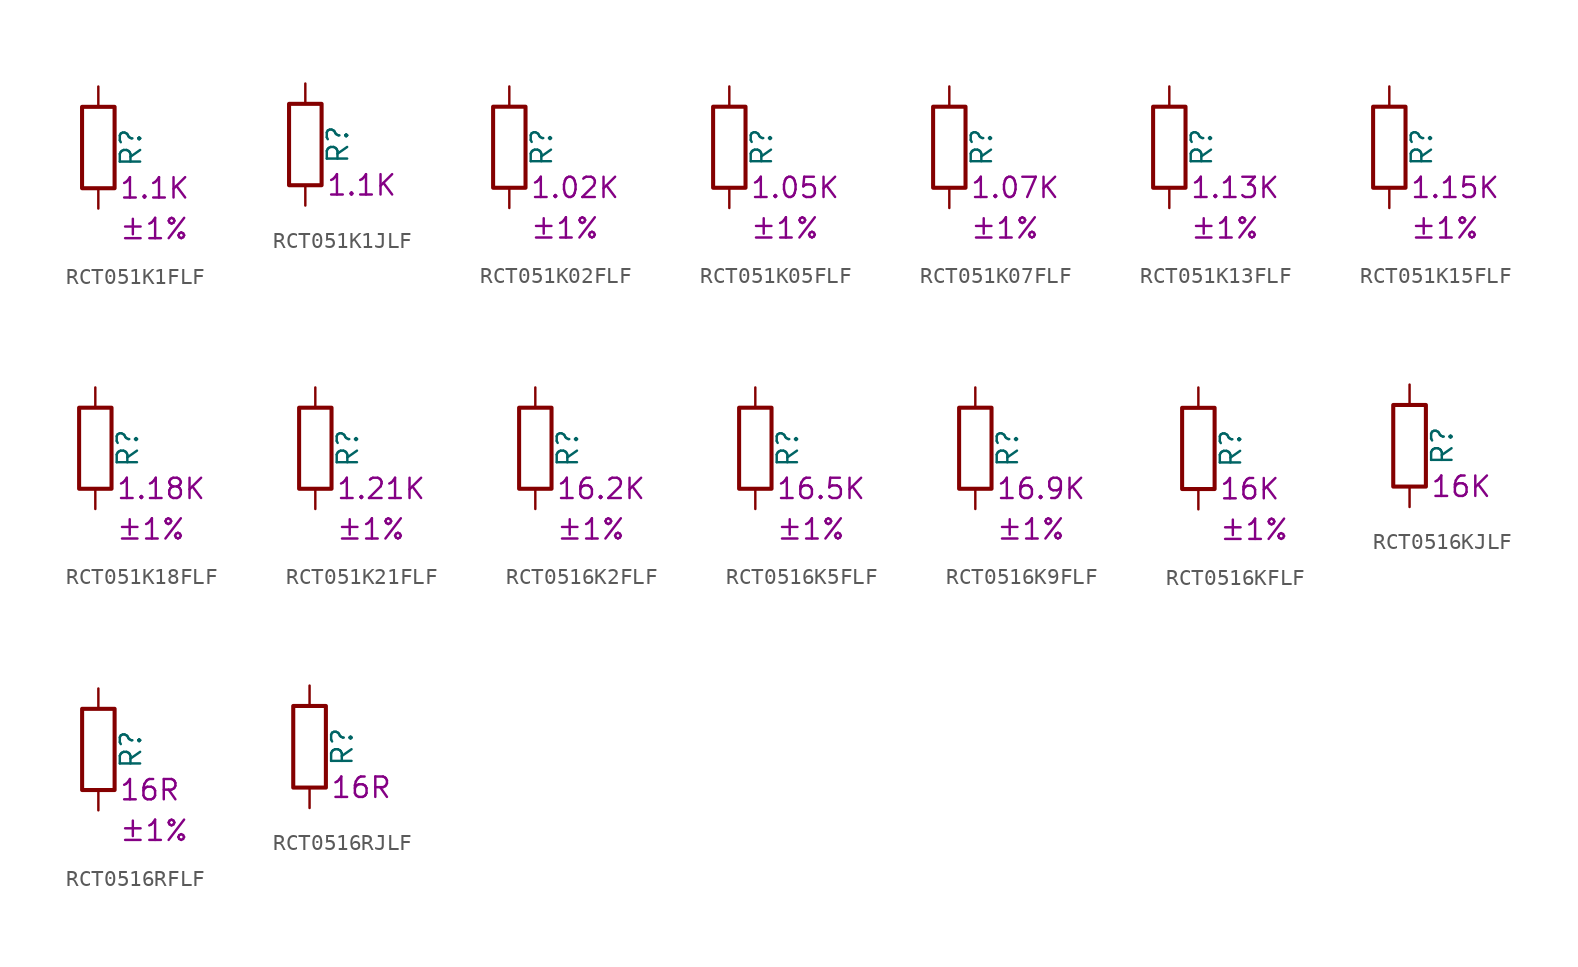
<source format=kicad_sym>
(kicad_symbol_lib
  (version 20220914)
  (generator kicad_symbol_editor)
  (symbol "RCT051K1FLF"
    (pin_numbers hide)
    (pin_names
      (offset 0))
    (property "Reference" "R"
      (at 2.032 0 90)
      (effects (font (size 1.27 1.27))))
    (property "Resistance" "1.1K"
      (at 1.27 -2.54 0)
      (effects (font (size 1.27 1.27)) (justify left)))
    (property "Tolerance" "±1%"
      (at 1.27 -5.08 0)
      (effects (font (size 1.27 1.27)) (justify left)))
    (symbol "RCT051K1FLF_0_1"
      (rectangle (start -1.016 -2.54) (end 1.016 2.54) (stroke (width 0.254) (type default)) (fill (type none))))
    (symbol "RCT051K1FLF_1_1"
      (pin passive line (at 0 3.81 270) (length 1.27) (name "~" (effects (font (size 1.27 1.27)))) (number "1" (effects (font (size 1.27 1.27)))))
      (pin passive line (at 0 -3.81 90) (length 1.27) (name "~" (effects (font (size 1.27 1.27)))) (number "2" (effects (font (size 1.27 1.27)))))))
  (symbol "RCT051K1JLF"
    (pin_numbers hide)
    (pin_names
      (offset 0))
    (property "Reference" "R"
      (at 2.032 0 90)
      (effects (font (size 1.27 1.27))))
    (property "Resistance" "1.1K"
      (at 1.27 -2.54 0)
      (effects (font (size 1.27 1.27)) (justify left)))
    (symbol "RCT051K1JLF_0_1"
      (rectangle (start -1.016 -2.54) (end 1.016 2.54) (stroke (width 0.254) (type default)) (fill (type none))))
    (symbol "RCT051K1JLF_1_1"
      (pin passive line (at 0 3.81 270) (length 1.27) (name "~" (effects (font (size 1.27 1.27)))) (number "1" (effects (font (size 1.27 1.27)))))
      (pin passive line (at 0 -3.81 90) (length 1.27) (name "~" (effects (font (size 1.27 1.27)))) (number "2" (effects (font (size 1.27 1.27)))))))
  (symbol "RCT051K02FLF"
    (pin_numbers hide)
    (pin_names
      (offset 0))
    (property "Reference" "R"
      (at 2.032 0 90)
      (effects (font (size 1.27 1.27))))
    (property "Resistance" "1.02K"
      (at 1.27 -2.54 0)
      (effects (font (size 1.27 1.27)) (justify left)))
    (property "Tolerance" "±1%"
      (at 1.27 -5.08 0)
      (effects (font (size 1.27 1.27)) (justify left)))
    (symbol "RCT051K02FLF_0_1"
      (rectangle (start -1.016 -2.54) (end 1.016 2.54) (stroke (width 0.254) (type default)) (fill (type none))))
    (symbol "RCT051K02FLF_1_1"
      (pin passive line (at 0 3.81 270) (length 1.27) (name "~" (effects (font (size 1.27 1.27)))) (number "1" (effects (font (size 1.27 1.27)))))
      (pin passive line (at 0 -3.81 90) (length 1.27) (name "~" (effects (font (size 1.27 1.27)))) (number "2" (effects (font (size 1.27 1.27)))))))
  (symbol "RCT051K05FLF"
    (pin_numbers hide)
    (pin_names
      (offset 0))
    (property "Reference" "R"
      (at 2.032 0 90)
      (effects (font (size 1.27 1.27))))
    (property "Resistance" "1.05K"
      (at 1.27 -2.54 0)
      (effects (font (size 1.27 1.27)) (justify left)))
    (property "Tolerance" "±1%"
      (at 1.27 -5.08 0)
      (effects (font (size 1.27 1.27)) (justify left)))
    (symbol "RCT051K05FLF_0_1"
      (rectangle (start -1.016 -2.54) (end 1.016 2.54) (stroke (width 0.254) (type default)) (fill (type none))))
    (symbol "RCT051K05FLF_1_1"
      (pin passive line (at 0 3.81 270) (length 1.27) (name "~" (effects (font (size 1.27 1.27)))) (number "1" (effects (font (size 1.27 1.27)))))
      (pin passive line (at 0 -3.81 90) (length 1.27) (name "~" (effects (font (size 1.27 1.27)))) (number "2" (effects (font (size 1.27 1.27)))))))
  (symbol "RCT051K07FLF"
    (pin_numbers hide)
    (pin_names
      (offset 0))
    (property "Reference" "R"
      (at 2.032 0 90)
      (effects (font (size 1.27 1.27))))
    (property "Resistance" "1.07K"
      (at 1.27 -2.54 0)
      (effects (font (size 1.27 1.27)) (justify left)))
    (property "Tolerance" "±1%"
      (at 1.27 -5.08 0)
      (effects (font (size 1.27 1.27)) (justify left)))
    (symbol "RCT051K07FLF_0_1"
      (rectangle (start -1.016 -2.54) (end 1.016 2.54) (stroke (width 0.254) (type default)) (fill (type none))))
    (symbol "RCT051K07FLF_1_1"
      (pin passive line (at 0 3.81 270) (length 1.27) (name "~" (effects (font (size 1.27 1.27)))) (number "1" (effects (font (size 1.27 1.27)))))
      (pin passive line (at 0 -3.81 90) (length 1.27) (name "~" (effects (font (size 1.27 1.27)))) (number "2" (effects (font (size 1.27 1.27)))))))
  (symbol "RCT051K13FLF"
    (pin_numbers hide)
    (pin_names
      (offset 0))
    (property "Reference" "R"
      (at 2.032 0 90)
      (effects (font (size 1.27 1.27))))
    (property "Resistance" "1.13K"
      (at 1.27 -2.54 0)
      (effects (font (size 1.27 1.27)) (justify left)))
    (property "Tolerance" "±1%"
      (at 1.27 -5.08 0)
      (effects (font (size 1.27 1.27)) (justify left)))
    (symbol "RCT051K13FLF_0_1"
      (rectangle (start -1.016 -2.54) (end 1.016 2.54) (stroke (width 0.254) (type default)) (fill (type none))))
    (symbol "RCT051K13FLF_1_1"
      (pin passive line (at 0 3.81 270) (length 1.27) (name "~" (effects (font (size 1.27 1.27)))) (number "1" (effects (font (size 1.27 1.27)))))
      (pin passive line (at 0 -3.81 90) (length 1.27) (name "~" (effects (font (size 1.27 1.27)))) (number "2" (effects (font (size 1.27 1.27)))))))
  (symbol "RCT051K15FLF"
    (pin_numbers hide)
    (pin_names
      (offset 0))
    (property "Reference" "R"
      (at 2.032 0 90)
      (effects (font (size 1.27 1.27))))
    (property "Resistance" "1.15K"
      (at 1.27 -2.54 0)
      (effects (font (size 1.27 1.27)) (justify left)))
    (property "Tolerance" "±1%"
      (at 1.27 -5.08 0)
      (effects (font (size 1.27 1.27)) (justify left)))
    (symbol "RCT051K15FLF_0_1"
      (rectangle (start -1.016 -2.54) (end 1.016 2.54) (stroke (width 0.254) (type default)) (fill (type none))))
    (symbol "RCT051K15FLF_1_1"
      (pin passive line (at 0 3.81 270) (length 1.27) (name "~" (effects (font (size 1.27 1.27)))) (number "1" (effects (font (size 1.27 1.27)))))
      (pin passive line (at 0 -3.81 90) (length 1.27) (name "~" (effects (font (size 1.27 1.27)))) (number "2" (effects (font (size 1.27 1.27)))))))
  (symbol "RCT051K18FLF"
    (pin_numbers hide)
    (pin_names
      (offset 0))
    (property "Reference" "R"
      (at 2.032 0 90)
      (effects (font (size 1.27 1.27))))
    (property "Resistance" "1.18K"
      (at 1.27 -2.54 0)
      (effects (font (size 1.27 1.27)) (justify left)))
    (property "Tolerance" "±1%"
      (at 1.27 -5.08 0)
      (effects (font (size 1.27 1.27)) (justify left)))
    (symbol "RCT051K18FLF_0_1"
      (rectangle (start -1.016 -2.54) (end 1.016 2.54) (stroke (width 0.254) (type default)) (fill (type none))))
    (symbol "RCT051K18FLF_1_1"
      (pin passive line (at 0 3.81 270) (length 1.27) (name "~" (effects (font (size 1.27 1.27)))) (number "1" (effects (font (size 1.27 1.27)))))
      (pin passive line (at 0 -3.81 90) (length 1.27) (name "~" (effects (font (size 1.27 1.27)))) (number "2" (effects (font (size 1.27 1.27)))))))
  (symbol "RCT051K21FLF"
    (pin_numbers hide)
    (pin_names
      (offset 0))
    (property "Reference" "R"
      (at 2.032 0 90)
      (effects (font (size 1.27 1.27))))
    (property "Resistance" "1.21K"
      (at 1.27 -2.54 0)
      (effects (font (size 1.27 1.27)) (justify left)))
    (property "Tolerance" "±1%"
      (at 1.27 -5.08 0)
      (effects (font (size 1.27 1.27)) (justify left)))
    (symbol "RCT051K21FLF_0_1"
      (rectangle (start -1.016 -2.54) (end 1.016 2.54) (stroke (width 0.254) (type default)) (fill (type none))))
    (symbol "RCT051K21FLF_1_1"
      (pin passive line (at 0 3.81 270) (length 1.27) (name "~" (effects (font (size 1.27 1.27)))) (number "1" (effects (font (size 1.27 1.27)))))
      (pin passive line (at 0 -3.81 90) (length 1.27) (name "~" (effects (font (size 1.27 1.27)))) (number "2" (effects (font (size 1.27 1.27)))))))
  (symbol "RCT0516K2FLF"
    (pin_numbers hide)
    (pin_names
      (offset 0))
    (property "Reference" "R"
      (at 2.032 0 90)
      (effects (font (size 1.27 1.27))))
    (property "Resistance" "16.2K"
      (at 1.27 -2.54 0)
      (effects (font (size 1.27 1.27)) (justify left)))
    (property "Tolerance" "±1%"
      (at 1.27 -5.08 0)
      (effects (font (size 1.27 1.27)) (justify left)))
    (symbol "RCT0516K2FLF_0_1"
      (rectangle (start -1.016 -2.54) (end 1.016 2.54) (stroke (width 0.254) (type default)) (fill (type none))))
    (symbol "RCT0516K2FLF_1_1"
      (pin passive line (at 0 3.81 270) (length 1.27) (name "~" (effects (font (size 1.27 1.27)))) (number "1" (effects (font (size 1.27 1.27)))))
      (pin passive line (at 0 -3.81 90) (length 1.27) (name "~" (effects (font (size 1.27 1.27)))) (number "2" (effects (font (size 1.27 1.27)))))))
  (symbol "RCT0516K5FLF"
    (pin_numbers hide)
    (pin_names
      (offset 0))
    (property "Reference" "R"
      (at 2.032 0 90)
      (effects (font (size 1.27 1.27))))
    (property "Resistance" "16.5K"
      (at 1.27 -2.54 0)
      (effects (font (size 1.27 1.27)) (justify left)))
    (property "Tolerance" "±1%"
      (at 1.27 -5.08 0)
      (effects (font (size 1.27 1.27)) (justify left)))
    (symbol "RCT0516K5FLF_0_1"
      (rectangle (start -1.016 -2.54) (end 1.016 2.54) (stroke (width 0.254) (type default)) (fill (type none))))
    (symbol "RCT0516K5FLF_1_1"
      (pin passive line (at 0 3.81 270) (length 1.27) (name "~" (effects (font (size 1.27 1.27)))) (number "1" (effects (font (size 1.27 1.27)))))
      (pin passive line (at 0 -3.81 90) (length 1.27) (name "~" (effects (font (size 1.27 1.27)))) (number "2" (effects (font (size 1.27 1.27)))))))
  (symbol "RCT0516K9FLF"
    (pin_numbers hide)
    (pin_names
      (offset 0))
    (property "Reference" "R"
      (at 2.032 0 90)
      (effects (font (size 1.27 1.27))))
    (property "Resistance" "16.9K"
      (at 1.27 -2.54 0)
      (effects (font (size 1.27 1.27)) (justify left)))
    (property "Tolerance" "±1%"
      (at 1.27 -5.08 0)
      (effects (font (size 1.27 1.27)) (justify left)))
    (symbol "RCT0516K9FLF_0_1"
      (rectangle (start -1.016 -2.54) (end 1.016 2.54) (stroke (width 0.254) (type default)) (fill (type none))))
    (symbol "RCT0516K9FLF_1_1"
      (pin passive line (at 0 3.81 270) (length 1.27) (name "~" (effects (font (size 1.27 1.27)))) (number "1" (effects (font (size 1.27 1.27)))))
      (pin passive line (at 0 -3.81 90) (length 1.27) (name "~" (effects (font (size 1.27 1.27)))) (number "2" (effects (font (size 1.27 1.27)))))))
  (symbol "RCT0516KFLF"
    (pin_numbers hide)
    (pin_names
      (offset 0))
    (property "Reference" "R"
      (at 2.032 0 90)
      (effects (font (size 1.27 1.27))))
    (property "Resistance" "16K"
      (at 1.27 -2.54 0)
      (effects (font (size 1.27 1.27)) (justify left)))
    (property "Tolerance" "±1%"
      (at 1.27 -5.08 0)
      (effects (font (size 1.27 1.27)) (justify left)))
    (symbol "RCT0516KFLF_0_1"
      (rectangle (start -1.016 -2.54) (end 1.016 2.54) (stroke (width 0.254) (type default)) (fill (type none))))
    (symbol "RCT0516KFLF_1_1"
      (pin passive line (at 0 3.81 270) (length 1.27) (name "~" (effects (font (size 1.27 1.27)))) (number "1" (effects (font (size 1.27 1.27)))))
      (pin passive line (at 0 -3.81 90) (length 1.27) (name "~" (effects (font (size 1.27 1.27)))) (number "2" (effects (font (size 1.27 1.27)))))))
  (symbol "RCT0516KJLF"
    (pin_numbers hide)
    (pin_names
      (offset 0))
    (property "Reference" "R"
      (at 2.032 0 90)
      (effects (font (size 1.27 1.27))))
    (property "Resistance" "16K"
      (at 1.27 -2.54 0)
      (effects (font (size 1.27 1.27)) (justify left)))
    (symbol "RCT0516KJLF_0_1"
      (rectangle (start -1.016 -2.54) (end 1.016 2.54) (stroke (width 0.254) (type default)) (fill (type none))))
    (symbol "RCT0516KJLF_1_1"
      (pin passive line (at 0 3.81 270) (length 1.27) (name "~" (effects (font (size 1.27 1.27)))) (number "1" (effects (font (size 1.27 1.27)))))
      (pin passive line (at 0 -3.81 90) (length 1.27) (name "~" (effects (font (size 1.27 1.27)))) (number "2" (effects (font (size 1.27 1.27)))))))
  (symbol "RCT0516RFLF"
    (pin_numbers hide)
    (pin_names
      (offset 0))
    (property "Reference" "R"
      (at 2.032 0 90)
      (effects (font (size 1.27 1.27))))
    (property "Resistance" "16R"
      (at 1.27 -2.54 0)
      (effects (font (size 1.27 1.27)) (justify left)))
    (property "Tolerance" "±1%"
      (at 1.27 -5.08 0)
      (effects (font (size 1.27 1.27)) (justify left)))
    (symbol "RCT0516RFLF_0_1"
      (rectangle (start -1.016 -2.54) (end 1.016 2.54) (stroke (width 0.254) (type default)) (fill (type none))))
    (symbol "RCT0516RFLF_1_1"
      (pin passive line (at 0 3.81 270) (length 1.27) (name "~" (effects (font (size 1.27 1.27)))) (number "1" (effects (font (size 1.27 1.27)))))
      (pin passive line (at 0 -3.81 90) (length 1.27) (name "~" (effects (font (size 1.27 1.27)))) (number "2" (effects (font (size 1.27 1.27)))))))
  (symbol "RCT0516RJLF"
    (pin_numbers hide)
    (pin_names
      (offset 0))
    (property "Reference" "R"
      (at 2.032 0 90)
      (effects (font (size 1.27 1.27))))
    (property "Resistance" "16R"
      (at 1.27 -2.54 0)
      (effects (font (size 1.27 1.27)) (justify left)))
    (symbol "RCT0516RJLF_0_1"
      (rectangle (start -1.016 -2.54) (end 1.016 2.54) (stroke (width 0.254) (type default)) (fill (type none))))
    (symbol "RCT0516RJLF_1_1"
      (pin passive line (at 0 3.81 270) (length 1.27) (name "~" (effects (font (size 1.27 1.27)))) (number "1" (effects (font (size 1.27 1.27)))))
      (pin passive line (at 0 -3.81 90) (length 1.27) (name "~" (effects (font (size 1.27 1.27)))) (number "2" (effects (font (size 1.27 1.27))))))))
</source>
